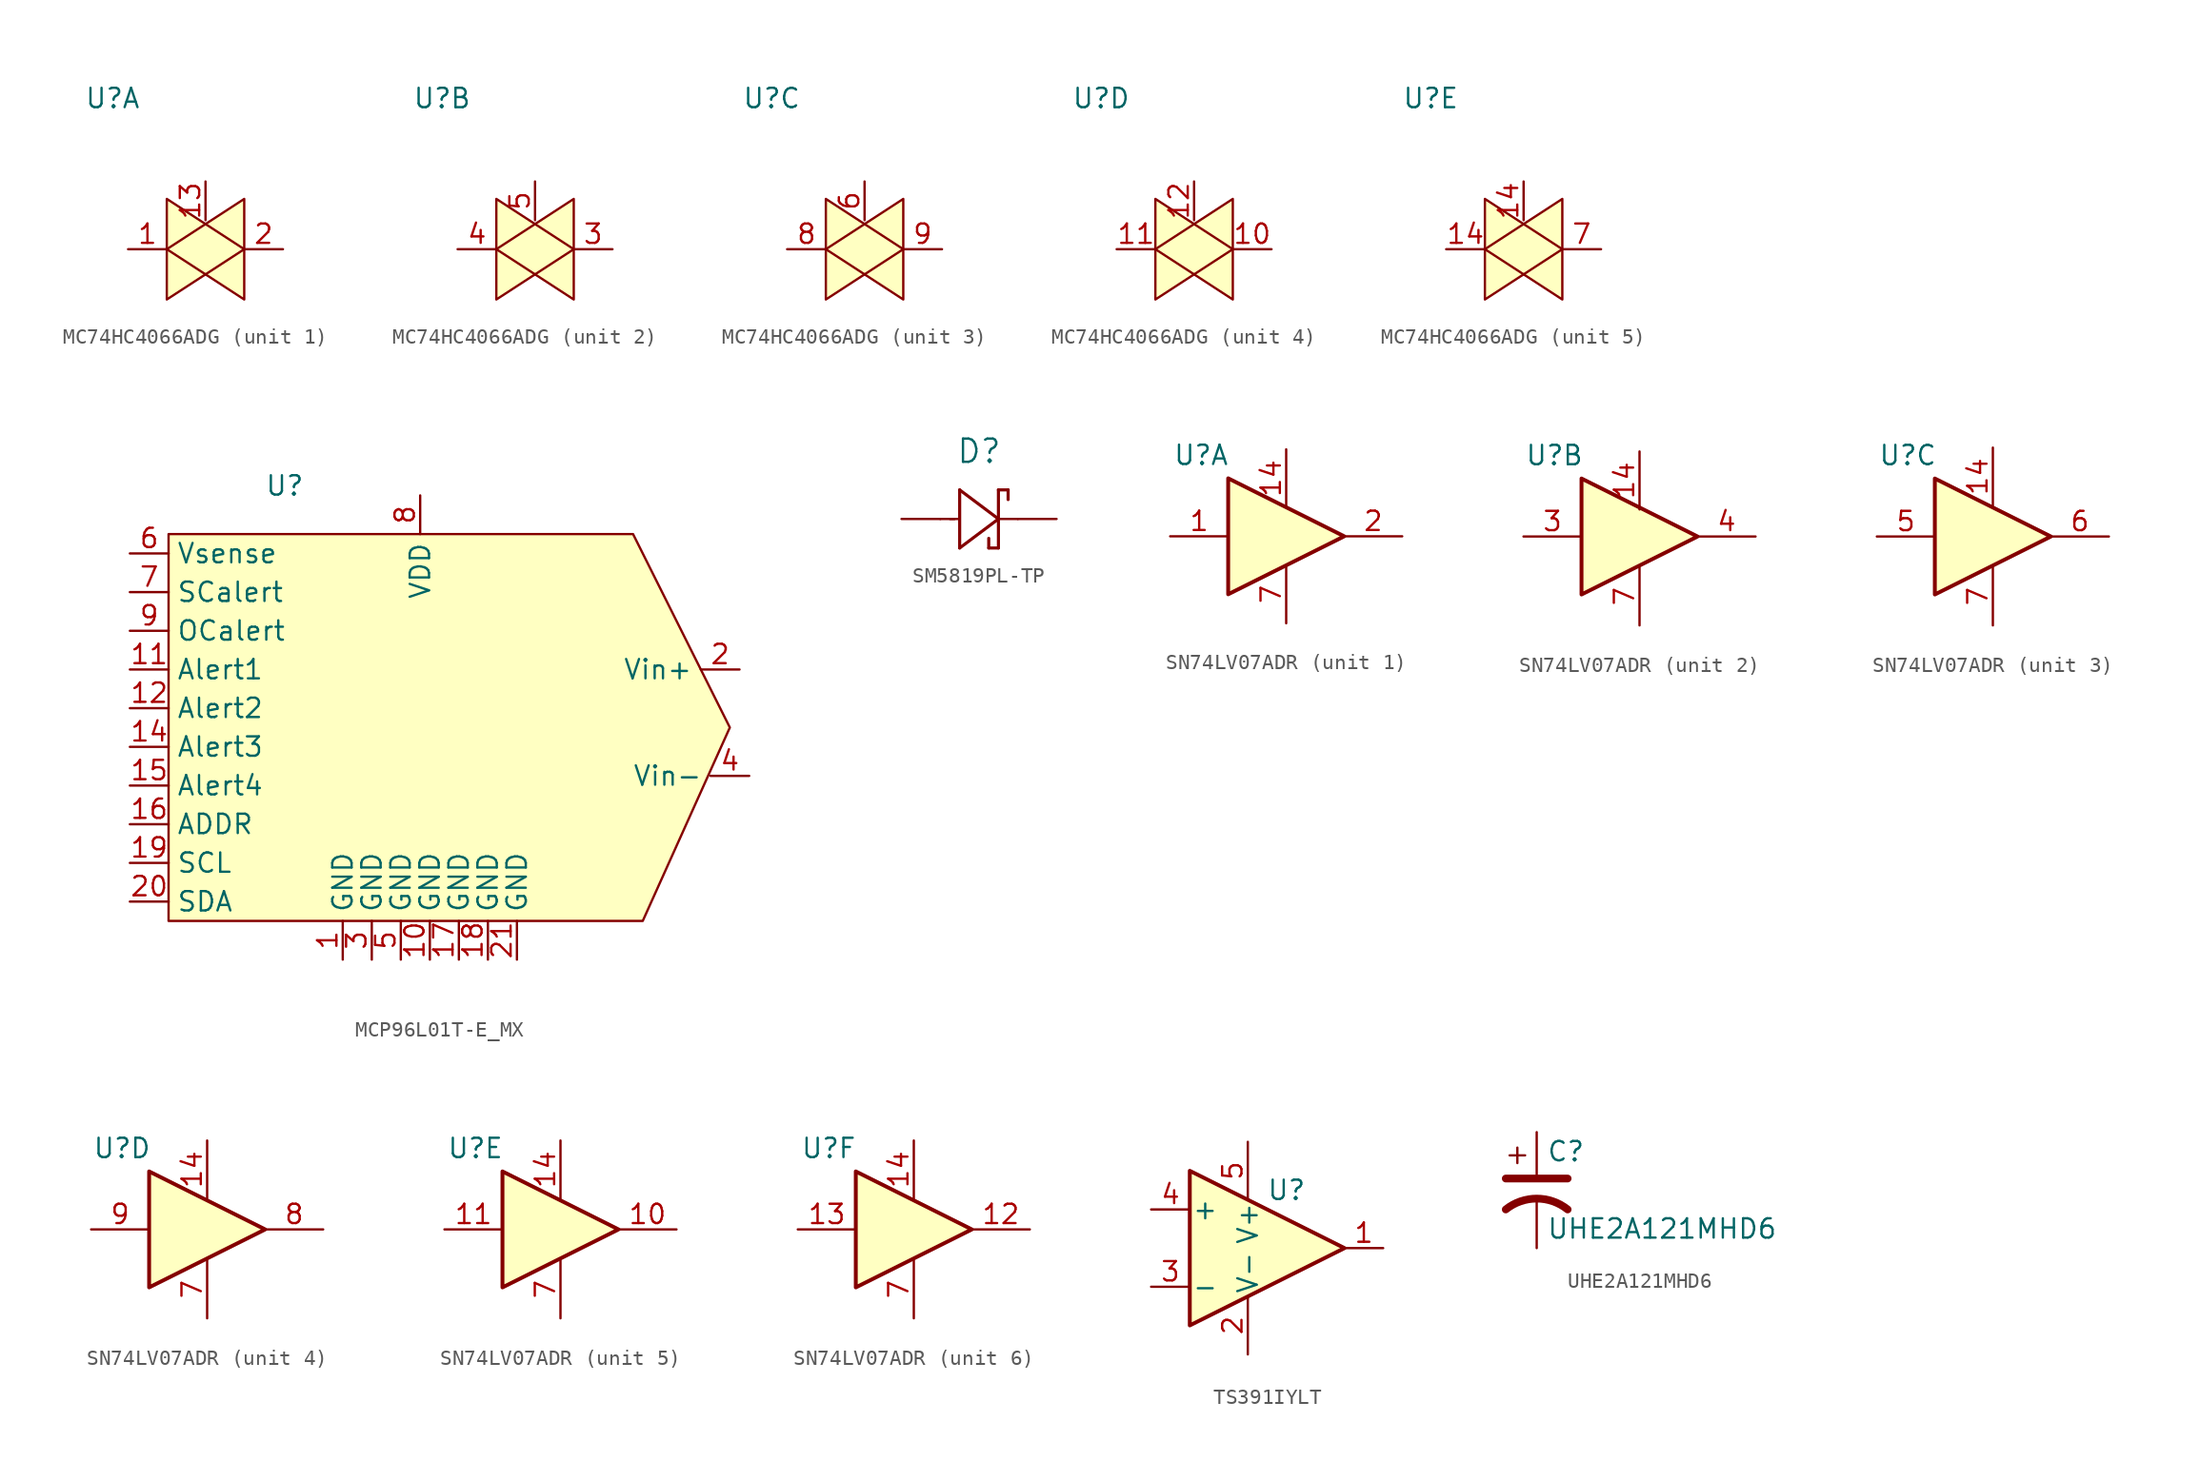
<source format=kicad_sym>
(kicad_symbol_lib
  (version 20211014)
  (generator kicad_symbol_editor)
  (symbol "MC74HC4066ADG"
    (property "Reference" "U"
      (at -6.096 9.906 0)
      (effects (font (size 1.27 1.27))))
    (symbol "MC74HC4066ADG_0_1"
      (polyline (pts (xy -2.54 0) (xy 2.54 3.302) (xy 2.54 -3.302) (xy -2.54 0)) (stroke (width 0.152) (type default) (color 0 0 0 0)) (fill (type background)))
      (polyline (pts (xy -2.54 3.302) (xy -2.54 -3.302) (xy 2.54 0) (xy -2.54 3.302)) (stroke (width 0.152) (type default) (color 0 0 0 0)) (fill (type background))))
    (symbol "MC74HC4066ADG_1_1"
      (pin passive line (at -5.08 0 0) (length 2.54) (name "" (effects (font (size 1.27 1.27)))) (number "1" (effects (font (size 1.27 1.27)))))
      (pin passive line (at 0 4.445 270) (length 2.54) (name "" (effects (font (size 1.27 1.27)))) (number "13" (effects (font (size 1.27 1.27)))))
      (pin passive line (at 5.08 0 180) (length 2.54) (name "" (effects (font (size 1.27 1.27)))) (number "2" (effects (font (size 1.27 1.27))))))
    (symbol "MC74HC4066ADG_2_1"
      (pin passive line (at 5.08 0 180) (length 2.54) (name "" (effects (font (size 1.27 1.27)))) (number "3" (effects (font (size 1.27 1.27)))))
      (pin passive line (at -5.08 0 0) (length 2.54) (name "" (effects (font (size 1.27 1.27)))) (number "4" (effects (font (size 1.27 1.27)))))
      (pin passive line (at 0 4.445 270) (length 2.54) (name "" (effects (font (size 1.27 1.27)))) (number "5" (effects (font (size 1.27 1.27))))))
    (symbol "MC74HC4066ADG_3_1"
      (pin passive line (at 0 4.445 270) (length 2.54) (name "" (effects (font (size 1.27 1.27)))) (number "6" (effects (font (size 1.27 1.27)))))
      (pin passive line (at -5.08 0 0) (length 2.54) (name "" (effects (font (size 1.27 1.27)))) (number "8" (effects (font (size 1.27 1.27)))))
      (pin passive line (at 5.08 0 180) (length 2.54) (name "" (effects (font (size 1.27 1.27)))) (number "9" (effects (font (size 1.27 1.27))))))
    (symbol "MC74HC4066ADG_4_1"
      (pin passive line (at 5.08 0 180) (length 2.54) (name "" (effects (font (size 1.27 1.27)))) (number "10" (effects (font (size 1.27 1.27)))))
      (pin passive line (at -5.08 0 0) (length 2.54) (name "" (effects (font (size 1.27 1.27)))) (number "11" (effects (font (size 1.27 1.27)))))
      (pin passive line (at 0 4.445 270) (length 2.54) (name "" (effects (font (size 1.27 1.27)))) (number "12" (effects (font (size 1.27 1.27))))))
    (symbol "MC74HC4066ADG_5_1"
      (pin passive line (at -5.08 0 0) (length 2.54) (name "" (effects (font (size 1.27 1.27)))) (number "14" (effects (font (size 1.27 1.27)))))
      (pin passive line (at 0 4.445 270) (length 2.54) (name "" (effects (font (size 1.27 1.27)))) (number "14" (effects (font (size 1.27 1.27)))))
      (pin passive line (at 5.08 0 180) (length 2.54) (name "" (effects (font (size 1.27 1.27)))) (number "7" (effects (font (size 1.27 1.27)))))))
  (symbol "MCP96L01T-E_MX"
    (property "Reference" "U"
      (at -15.24 15.875 0)
      (effects (font (size 1.27 1.27))))
    (symbol "MCP96L01T-E_MX_0_1"
      (polyline (pts (xy -22.86 12.7) (xy -22.86 -12.7) (xy 8.255 -12.7) (xy 13.97 0) (xy 7.62 12.7) (xy -22.86 12.7) (xy -22.86 12.7) (xy -22.86 12.065)) (stroke (width 0.152) (type default) (color 0 0 0 0)) (fill (type background))))
    (symbol "MCP96L01T-E_MX_1_1"
      (pin passive line (at -11.43 -15.24 90) (length 2.54) (name "GND" (effects (font (size 1.27 1.27)))) (number "1" (effects (font (size 1.27 1.27)))))
      (pin passive line (at -5.715 -15.24 90) (length 2.54) (name "GND" (effects (font (size 1.27 1.27)))) (number "10" (effects (font (size 1.27 1.27)))))
      (pin passive line (at -25.4 3.81 0) (length 2.54) (name "Alert1" (effects (font (size 1.27 1.27)))) (number "11" (effects (font (size 1.27 1.27)))))
      (pin passive line (at -25.4 1.27 0) (length 2.54) (name "Alert2" (effects (font (size 1.27 1.27)))) (number "12" (effects (font (size 1.27 1.27)))))
      (pin passive line (at -25.4 -1.27 0) (length 2.54) (name "Alert3" (effects (font (size 1.27 1.27)))) (number "14" (effects (font (size 1.27 1.27)))))
      (pin passive line (at -25.4 -3.81 0) (length 2.54) (name "Alert4" (effects (font (size 1.27 1.27)))) (number "15" (effects (font (size 1.27 1.27)))))
      (pin passive line (at -25.4 -6.35 0) (length 2.54) (name "ADDR" (effects (font (size 1.27 1.27)))) (number "16" (effects (font (size 1.27 1.27)))))
      (pin passive line (at -3.81 -15.24 90) (length 2.54) (name "GND" (effects (font (size 1.27 1.27)))) (number "17" (effects (font (size 1.27 1.27)))))
      (pin passive line (at -1.905 -15.24 90) (length 2.54) (name "GND" (effects (font (size 1.27 1.27)))) (number "18" (effects (font (size 1.27 1.27)))))
      (pin passive line (at -25.4 -8.89 0) (length 2.54) (name "SCL" (effects (font (size 1.27 1.27)))) (number "19" (effects (font (size 1.27 1.27)))))
      (pin passive line (at 14.605 3.81 180) (length 2.54) (name "Vin+" (effects (font (size 1.27 1.27)))) (number "2" (effects (font (size 1.27 1.27)))))
      (pin passive line (at -25.4 -11.43 0) (length 2.54) (name "SDA" (effects (font (size 1.27 1.27)))) (number "20" (effects (font (size 1.27 1.27)))))
      (pin passive line (at 0 -15.24 90) (length 2.54) (name "GND" (effects (font (size 1.27 1.27)))) (number "21" (effects (font (size 1.27 1.27)))))
      (pin passive line (at -9.525 -15.24 90) (length 2.54) (name "GND" (effects (font (size 1.27 1.27)))) (number "3" (effects (font (size 1.27 1.27)))))
      (pin passive line (at 15.24 -3.175 180) (length 2.54) (name "Vin-" (effects (font (size 1.27 1.27)))) (number "4" (effects (font (size 1.27 1.27)))))
      (pin passive line (at -7.62 -15.24 90) (length 2.54) (name "GND" (effects (font (size 1.27 1.27)))) (number "5" (effects (font (size 1.27 1.27)))))
      (pin passive line (at -25.4 11.43 0) (length 2.54) (name "Vsense" (effects (font (size 1.27 1.27)))) (number "6" (effects (font (size 1.27 1.27)))))
      (pin passive line (at -25.4 8.89 0) (length 2.54) (name "SCalert" (effects (font (size 1.27 1.27)))) (number "7" (effects (font (size 1.27 1.27)))))
      (pin passive line (at -6.35 15.24 270) (length 2.54) (name "VDD" (effects (font (size 1.27 1.27)))) (number "8" (effects (font (size 1.27 1.27)))))
      (pin passive line (at -25.4 6.35 0) (length 2.54) (name "OCalert" (effects (font (size 1.27 1.27)))) (number "9" (effects (font (size 1.27 1.27)))))))
  (symbol "SM5819PL-TP"
    (pin_numbers hide)
    (pin_names hide)
    (property "Reference" "D"
      (at 5.08 4.445 0)
      (effects (font (size 1.524 1.524))))
    (symbol "SM5819PL-TP_1_1"
      (polyline (pts (xy 2.54 0) (xy 3.48 0)) (stroke (width 0.152) (type default) (color 0 0 0 0)) (fill (type none)))
      (polyline (pts (xy 3.175 0) (xy 3.81 0)) (stroke (width 0.152) (type default) (color 0 0 0 0)) (fill (type none)))
      (polyline (pts (xy 3.81 -1.905) (xy 6.35 0)) (stroke (width 0.203) (type default) (color 0 0 0 0)) (fill (type none)))
      (polyline (pts (xy 3.81 1.905) (xy 3.81 -1.905)) (stroke (width 0.203) (type default) (color 0 0 0 0)) (fill (type none)))
      (polyline (pts (xy 5.715 -1.905) (xy 5.715 -1.27)) (stroke (width 0.203) (type default) (color 0 0 0 0)) (fill (type none)))
      (polyline (pts (xy 6.35 -1.905) (xy 5.715 -1.905)) (stroke (width 0.203) (type default) (color 0 0 0 0)) (fill (type none)))
      (polyline (pts (xy 6.35 -1.905) (xy 6.35 1.905)) (stroke (width 0.203) (type default) (color 0 0 0 0)) (fill (type none)))
      (polyline (pts (xy 6.35 0) (xy 3.81 1.905)) (stroke (width 0.203) (type default) (color 0 0 0 0)) (fill (type none)))
      (polyline (pts (xy 6.35 0) (xy 7.62 0)) (stroke (width 0.152) (type default) (color 0 0 0 0)) (fill (type none)))
      (polyline (pts (xy 6.35 1.905) (xy 6.985 1.905)) (stroke (width 0.203) (type default) (color 0 0 0 0)) (fill (type none)))
      (polyline (pts (xy 6.985 1.905) (xy 6.985 1.27)) (stroke (width 0.203) (type default) (color 0 0 0 0)) (fill (type none)))
      (pin passive line (at 10.16 0 180) (length 2.54) (name "~" (effects (font (size 1.499 1.499)))) (number "1" (effects (font (size 1.499 1.499)))))
      (pin passive line (at 0 0 0) (length 2.54) (name "~" (effects (font (size 1.499 1.499)))) (number "2" (effects (font (size 1.499 1.499)))))))
  (symbol "SN74LV07ADR"
    (pin_names
      (offset 1.016))
    (property "Reference" "U"
      (at -5.588 5.334 0)
      (effects (font (size 1.27 1.27))))
    (property "ki_locked" ""
      (at 0 0 0)
      (effects (font (size 1.27 1.27))))
    (symbol "SN74LV07ADR_1_0"
      (polyline (pts (xy -3.81 3.81) (xy -3.81 -3.81) (xy 3.81 0) (xy -3.81 3.81)) (stroke (width 0.254) (type default) (color 0 0 0 0)) (fill (type background)))
      (pin input line (at -7.62 0 0) (length 3.81) (name "~" (effects (font (size 1.27 1.27)))) (number "1" (effects (font (size 1.27 1.27)))))
      (pin power_in line (at 0 5.715 270) (length 3.81) (name "~" (effects (font (size 1.27 1.27)))) (number "14" (effects (font (size 1.27 1.27)))))
      (pin output line (at 7.62 0 180) (length 3.81) (name "~" (effects (font (size 1.27 1.27)))) (number "2" (effects (font (size 1.27 1.27)))))
      (pin power_in line (at 0 -5.715 90) (length 3.81) (name "~" (effects (font (size 1.27 1.27)))) (number "7" (effects (font (size 1.27 1.27))))))
    (symbol "SN74LV07ADR_2_0"
      (polyline (pts (xy -3.81 3.81) (xy -3.81 -3.81) (xy 3.81 0) (xy -3.81 3.81)) (stroke (width 0.254) (type default) (color 0 0 0 0)) (fill (type background)))
      (pin power_in line (at 0 5.588 270) (length 3.81) (name "~" (effects (font (size 1.27 1.27)))) (number "14" (effects (font (size 1.27 1.27)))))
      (pin input line (at -7.62 0 0) (length 3.81) (name "~" (effects (font (size 1.27 1.27)))) (number "3" (effects (font (size 1.27 1.27)))))
      (pin output line (at 7.62 0 180) (length 3.81) (name "~" (effects (font (size 1.27 1.27)))) (number "4" (effects (font (size 1.27 1.27)))))
      (pin power_in line (at 0 -5.842 90) (length 3.81) (name "~" (effects (font (size 1.27 1.27)))) (number "7" (effects (font (size 1.27 1.27))))))
    (symbol "SN74LV07ADR_3_0"
      (polyline (pts (xy -3.81 3.81) (xy -3.81 -3.81) (xy 3.81 0) (xy -3.81 3.81)) (stroke (width 0.254) (type default) (color 0 0 0 0)) (fill (type background)))
      (pin power_in line (at 0 5.842 270) (length 3.81) (name "~" (effects (font (size 1.27 1.27)))) (number "14" (effects (font (size 1.27 1.27)))))
      (pin input line (at -7.62 0 0) (length 3.81) (name "~" (effects (font (size 1.27 1.27)))) (number "5" (effects (font (size 1.27 1.27)))))
      (pin output line (at 7.62 0 180) (length 3.81) (name "~" (effects (font (size 1.27 1.27)))) (number "6" (effects (font (size 1.27 1.27)))))
      (pin power_in line (at 0 -5.842 90) (length 3.81) (name "~" (effects (font (size 1.27 1.27)))) (number "7" (effects (font (size 1.27 1.27))))))
    (symbol "SN74LV07ADR_4_0"
      (polyline (pts (xy -3.81 3.81) (xy -3.81 -3.81) (xy 3.81 0) (xy -3.81 3.81)) (stroke (width 0.254) (type default) (color 0 0 0 0)) (fill (type background)))
      (pin power_in line (at 0 5.842 270) (length 3.81) (name "~" (effects (font (size 1.27 1.27)))) (number "14" (effects (font (size 1.27 1.27)))))
      (pin power_in line (at 0 -5.842 90) (length 3.81) (name "~" (effects (font (size 1.27 1.27)))) (number "7" (effects (font (size 1.27 1.27)))))
      (pin output line (at 7.62 0 180) (length 3.81) (name "~" (effects (font (size 1.27 1.27)))) (number "8" (effects (font (size 1.27 1.27)))))
      (pin input line (at -7.62 0 0) (length 3.81) (name "~" (effects (font (size 1.27 1.27)))) (number "9" (effects (font (size 1.27 1.27))))))
    (symbol "SN74LV07ADR_5_0"
      (polyline (pts (xy -3.81 3.81) (xy -3.81 -3.81) (xy 3.81 0) (xy -3.81 3.81)) (stroke (width 0.254) (type default) (color 0 0 0 0)) (fill (type background)))
      (pin output line (at 7.62 0 180) (length 3.81) (name "~" (effects (font (size 1.27 1.27)))) (number "10" (effects (font (size 1.27 1.27)))))
      (pin input line (at -7.62 0 0) (length 3.81) (name "~" (effects (font (size 1.27 1.27)))) (number "11" (effects (font (size 1.27 1.27)))))
      (pin power_in line (at 0 5.842 270) (length 3.81) (name "~" (effects (font (size 1.27 1.27)))) (number "14" (effects (font (size 1.27 1.27)))))
      (pin power_in line (at 0 -5.842 90) (length 3.81) (name "~" (effects (font (size 1.27 1.27)))) (number "7" (effects (font (size 1.27 1.27))))))
    (symbol "SN74LV07ADR_6_0"
      (polyline (pts (xy -3.81 3.81) (xy -3.81 -3.81) (xy 3.81 0) (xy -3.81 3.81)) (stroke (width 0.254) (type default) (color 0 0 0 0)) (fill (type background)))
      (pin output line (at 7.62 0 180) (length 3.81) (name "~" (effects (font (size 1.27 1.27)))) (number "12" (effects (font (size 1.27 1.27)))))
      (pin input line (at -7.62 0 0) (length 3.81) (name "~" (effects (font (size 1.27 1.27)))) (number "13" (effects (font (size 1.27 1.27)))))
      (pin power_in line (at 0 5.842 270) (length 3.81) (name "~" (effects (font (size 1.27 1.27)))) (number "14" (effects (font (size 1.27 1.27)))))
      (pin power_in line (at 0 -5.842 90) (length 3.81) (name "~" (effects (font (size 1.27 1.27)))) (number "7" (effects (font (size 1.27 1.27)))))))
  (symbol "TS391IYLT"
    (pin_names
      (offset 0.127))
    (property "Reference" "U"
      (at 1.27 3.81 0)
      (effects (font (size 1.27 1.27))))
    (symbol "TS391IYLT_0_1"
      (polyline (pts (xy -5.08 5.08) (xy 5.08 0) (xy -5.08 -5.08) (xy -5.08 5.08)) (stroke (width 0.254) (type default) (color 0 0 0 0)) (fill (type background))))
    (symbol "TS391IYLT_1_1"
      (pin open_collector line (at 7.62 0 180) (length 2.54) (name "~" (effects (font (size 1.27 1.27)))) (number "1" (effects (font (size 1.27 1.27)))))
      (pin power_in line (at -1.27 -6.985 90) (length 3.81) (name "V-" (effects (font (size 1.27 1.27)))) (number "2" (effects (font (size 1.27 1.27)))))
      (pin input line (at -7.62 -2.54 0) (length 2.54) (name "-" (effects (font (size 1.27 1.27)))) (number "3" (effects (font (size 1.27 1.27)))))
      (pin input line (at -7.62 2.54 0) (length 2.54) (name "+" (effects (font (size 1.27 1.27)))) (number "4" (effects (font (size 1.27 1.27)))))
      (pin passive line (at -1.27 6.985 270) (length 3.81) (name "V+" (effects (font (size 1.27 1.27)))) (number "5" (effects (font (size 1.27 1.27)))))))
  (symbol "UHE2A121MHD6"
    (pin_numbers hide)
    (pin_names
      (offset 0.254) hide)
    (property "Reference" "C"
      (at 0.635 2.54 0)
      (effects (font (size 1.27 1.27)) (justify left)))
    (property "Value" "UHE2A121MHD6"
      (at 0.635 -2.54 0)
      (effects (font (size 1.27 1.27)) (justify left)))
    (symbol "UHE2A121MHD6_0_1"
      (polyline (pts (xy -2.032 0.762) (xy 2.032 0.762)) (stroke (width 0.508) (type default) (color 0 0 0 0)) (fill (type none)))
      (polyline (pts (xy -1.778 2.286) (xy -0.762 2.286)) (stroke (width 0) (type default) (color 0 0 0 0)) (fill (type none)))
      (polyline (pts (xy -1.27 1.778) (xy -1.27 2.794)) (stroke (width 0) (type default) (color 0 0 0 0)) (fill (type none)))
      (arc (start 2.032 -1.27) (mid 0 -0.5572) (end -2.032 -1.27) (stroke (width 0.508) (type default) (color 0 0 0 0)) (fill (type none))))
    (symbol "UHE2A121MHD6_1_1"
      (pin passive line (at 0 3.81 270) (length 2.794) (name "~" (effects (font (size 1.27 1.27)))) (number "1" (effects (font (size 1.27 1.27)))))
      (pin passive line (at 0 -3.81 90) (length 3.302) (name "~" (effects (font (size 1.27 1.27)))) (number "2" (effects (font (size 1.27 1.27))))))))
</source>
